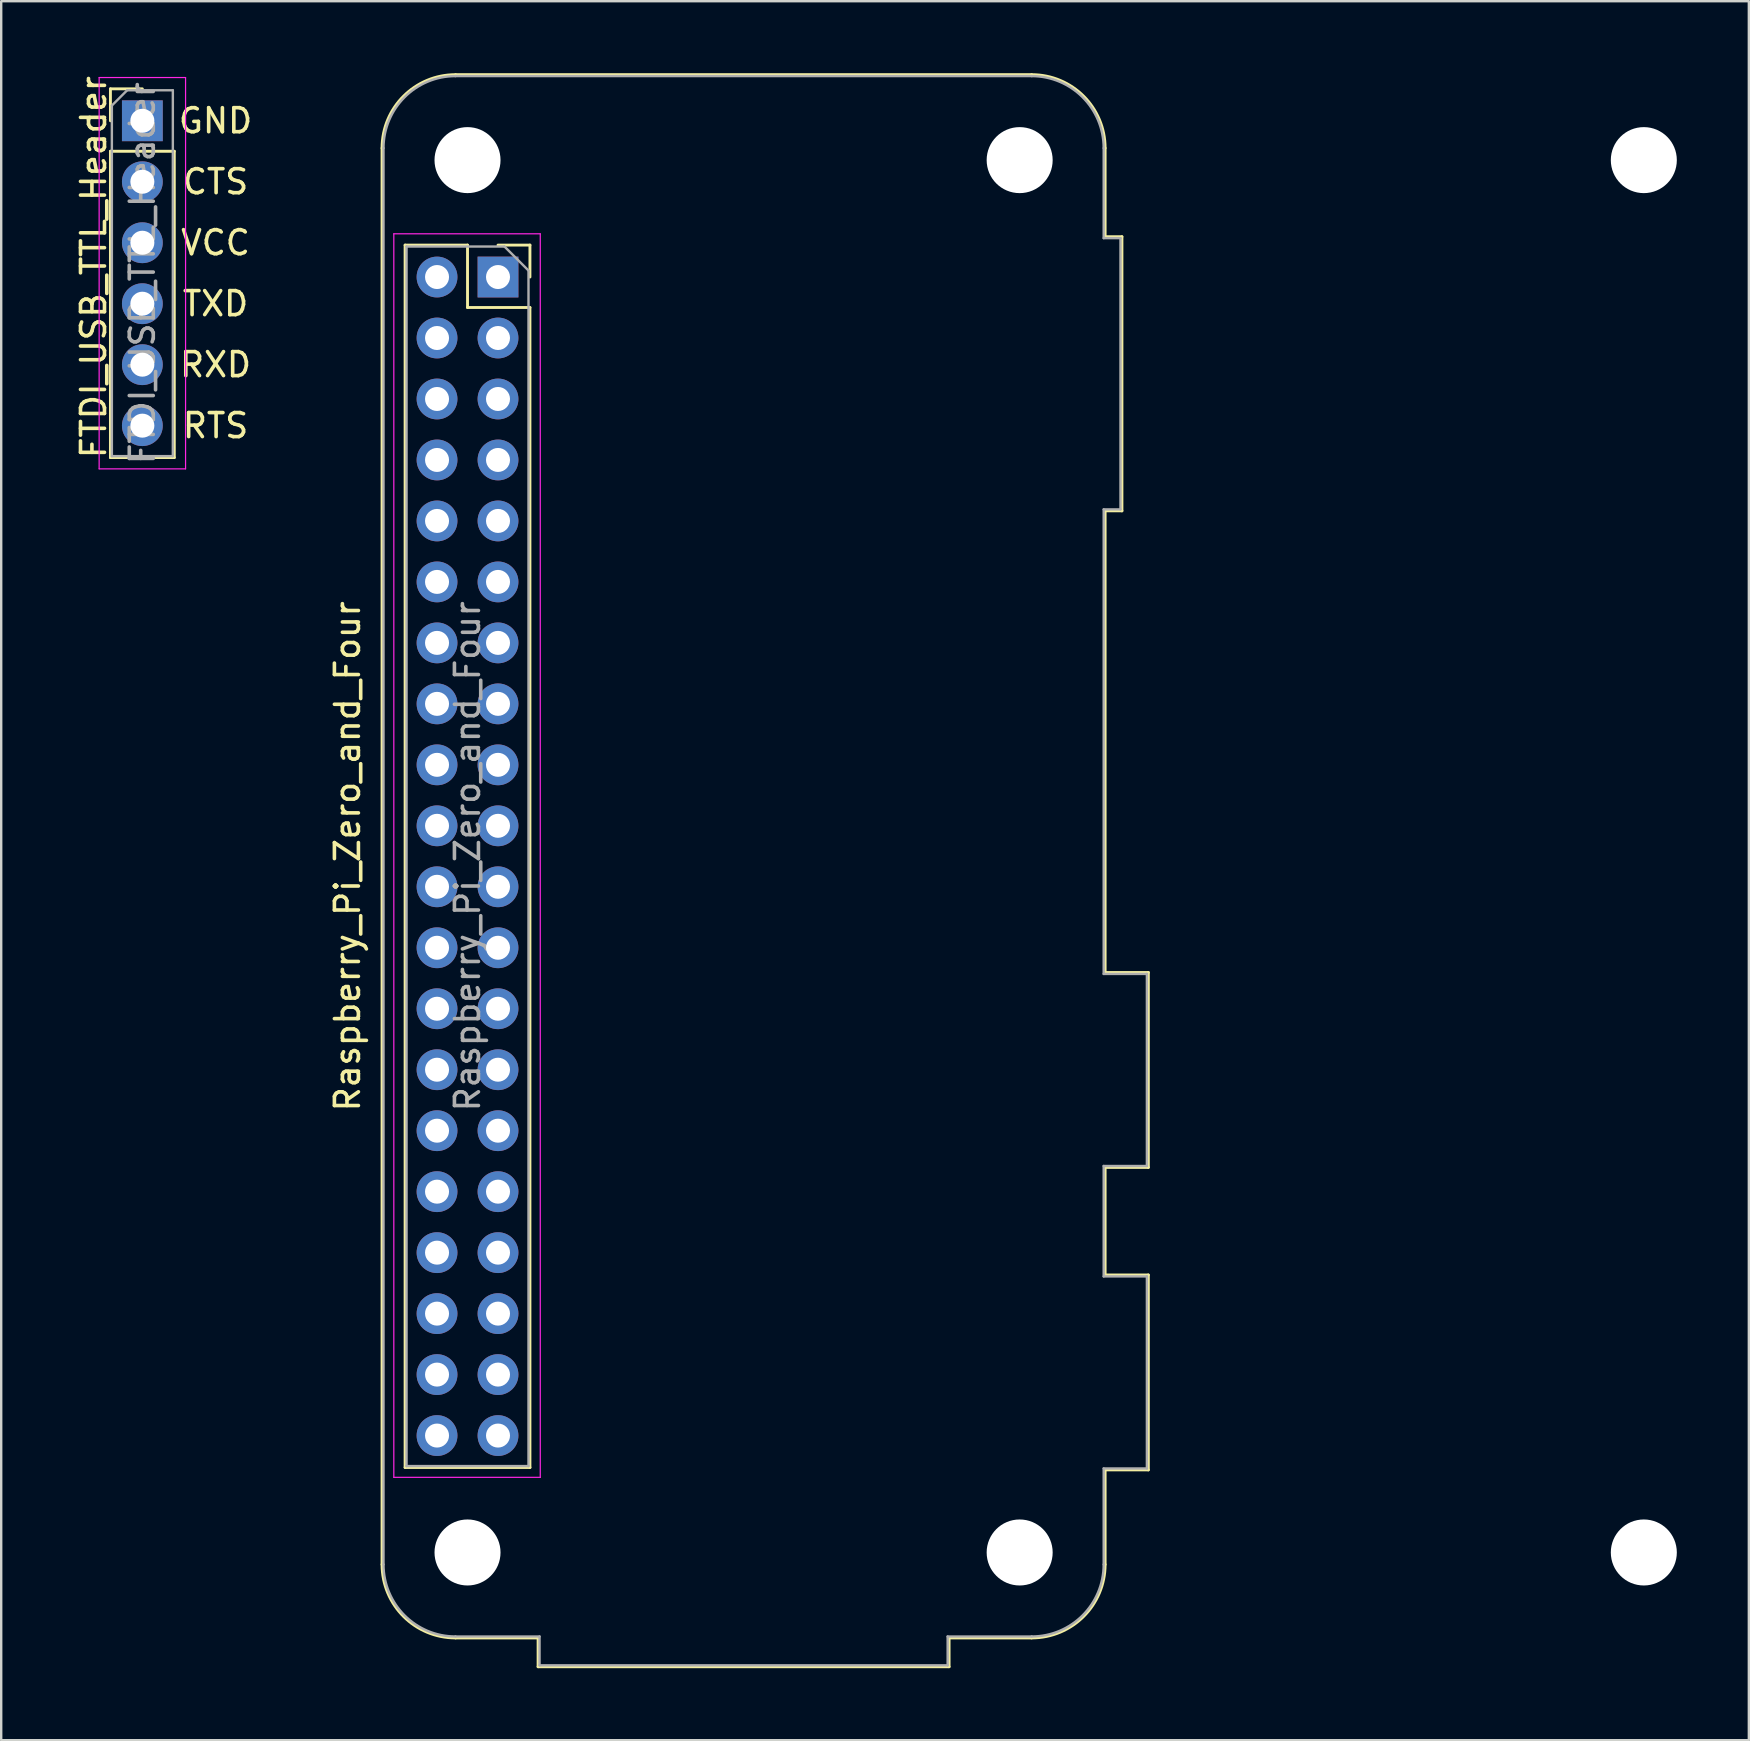
<source format=kicad_pcb>
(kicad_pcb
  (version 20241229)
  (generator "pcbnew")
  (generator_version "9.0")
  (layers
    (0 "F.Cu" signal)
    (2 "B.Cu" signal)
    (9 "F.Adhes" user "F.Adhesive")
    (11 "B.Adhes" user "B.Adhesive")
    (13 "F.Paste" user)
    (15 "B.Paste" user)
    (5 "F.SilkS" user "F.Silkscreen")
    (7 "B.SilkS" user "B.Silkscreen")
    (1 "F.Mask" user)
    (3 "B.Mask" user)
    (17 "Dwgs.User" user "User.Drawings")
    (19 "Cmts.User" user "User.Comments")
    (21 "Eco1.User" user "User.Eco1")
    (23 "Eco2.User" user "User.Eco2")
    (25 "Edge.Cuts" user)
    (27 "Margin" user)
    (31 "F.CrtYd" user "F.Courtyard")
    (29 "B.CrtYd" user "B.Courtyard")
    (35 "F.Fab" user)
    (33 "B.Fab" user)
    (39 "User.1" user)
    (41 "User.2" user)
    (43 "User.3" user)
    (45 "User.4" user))
  (footprint "FTDI_USB_TTL_Header"
    (layer "F.Cu")
    (at 2.88 1.981)
    (property "Reference" "FTDI_USB_TTL_Header" (at -2.032 6.096 90) (layer "F.SilkS") (effects (font (size 1 1) (thickness 0.15))))
    (attr through_hole)
    (fp_line (start -1.33 -1.33) (end 0 -1.33) (stroke (width 0.12) (type solid)) (layer "F.SilkS"))
    (fp_line (start -1.33 0) (end -1.33 -1.33) (stroke (width 0.12) (type solid)) (layer "F.SilkS"))
    (fp_line (start -1.33 1.27) (end -1.33 14.03) (stroke (width 0.12) (type solid)) (layer "F.SilkS"))
    (fp_line (start -1.33 1.27) (end 1.33 1.27) (stroke (width 0.12) (type solid)) (layer "F.SilkS"))
    (fp_line (start -1.33 14.03) (end 1.33 14.03) (stroke (width 0.12) (type solid)) (layer "F.SilkS"))
    (fp_line (start 1.33 1.27) (end 1.33 14.03) (stroke (width 0.12) (type solid)) (layer "F.SilkS"))
    (fp_line (start -1.8 -1.8) (end -1.8 14.5) (stroke (width 0.05) (type solid)) (layer "F.CrtYd"))
    (fp_line (start -1.8 14.5) (end 1.8 14.5) (stroke (width 0.05) (type solid)) (layer "F.CrtYd"))
    (fp_line (start 1.8 -1.8) (end -1.8 -1.8) (stroke (width 0.05) (type solid)) (layer "F.CrtYd"))
    (fp_line (start 1.8 14.5) (end 1.8 -1.8) (stroke (width 0.05) (type solid)) (layer "F.CrtYd"))
    (fp_line (start -1.27 -0.635) (end -0.635 -1.27) (stroke (width 0.1) (type solid)) (layer "F.Fab"))
    (fp_line (start -1.27 13.97) (end -1.27 -0.635) (stroke (width 0.1) (type solid)) (layer "F.Fab"))
    (fp_line (start -0.635 -1.27) (end 1.27 -1.27) (stroke (width 0.1) (type solid)) (layer "F.Fab"))
    (fp_line (start 1.27 -1.27) (end 1.27 13.97) (stroke (width 0.1) (type solid)) (layer "F.Fab"))
    (fp_line (start 1.27 13.97) (end -1.27 13.97) (stroke (width 0.1) (type solid)) (layer "F.Fab"))
    (fp_text user "RTS" (at 3.048 12.7 0) (unlocked yes) (layer "F.SilkS") (effects (font (size 1 1) (thickness 0.15))))
    (fp_text user "RXD" (at 3.048 10.16 0) (unlocked yes) (layer "F.SilkS") (effects (font (size 1 1) (thickness 0.15))))
    (fp_text user "GND" (at 3.048 0 0) (unlocked yes) (layer "F.SilkS") (effects (font (size 1 1) (thickness 0.15))))
    (fp_text user "TXD" (at 3.048 7.62 0) (unlocked yes) (layer "F.SilkS") (effects (font (size 1 1) (thickness 0.15))))
    (fp_text user "VCC" (at 3.048 5.08 0) (unlocked yes) (layer "F.SilkS") (effects (font (size 1 1) (thickness 0.15))))
    (fp_text user "CTS" (at 3.048 2.54 0) (unlocked yes) (layer "F.SilkS") (effects (font (size 1 1) (thickness 0.15))))
    (fp_text user "${REFERENCE}" (at 0 6.35 90) (layer "F.Fab") (effects (font (size 1 1) (thickness 0.15))))
    (pad "1" thru_hole rect (at 0 0) (size 1.7 1.7) (drill 1) (layers "*.Cu" "*.Mask"))
    (pad "2" thru_hole oval (at 0 2.54) (size 1.7 1.7) (drill 1) (layers "*.Cu" "*.Mask"))
    (pad "3" thru_hole oval (at 0 5.08) (size 1.7 1.7) (drill 1) (layers "*.Cu" "*.Mask"))
    (pad "4" thru_hole oval (at 0 7.62) (size 1.7 1.7) (drill 1) (layers "*.Cu" "*.Mask"))
    (pad "5" thru_hole oval (at 0 10.16) (size 1.7 1.7) (drill 1) (layers "*.Cu" "*.Mask"))
    (pad "6" thru_hole oval (at 0 12.7) (size 1.7 1.7) (drill 1) (layers "*.Cu" "*.Mask")))
  (footprint "Raspberry_Pi_Zero_and_Four"
    (layer "F.Cu")
    (at 17.695 8.49)
    (property "Reference" "Raspberry_Pi_Zero_and_Four" (at -6.27 24.13 90) (layer "F.SilkS") (effects (font (size 1 1) (thickness 0.15))))
    (attr through_hole)
    (fp_line (start -4.83 53.63) (end -4.83 -5.37) (stroke (width 0.12) (type solid)) (layer "F.SilkS"))
    (fp_line (start -3.87 -1.33) (end -3.87 49.59) (stroke (width 0.12) (type solid)) (layer "F.SilkS"))
    (fp_line (start -3.87 -1.33) (end -1.27 -1.33) (stroke (width 0.12) (type solid)) (layer "F.SilkS"))
    (fp_line (start -3.87 49.59) (end 1.33 49.59) (stroke (width 0.12) (type solid)) (layer "F.SilkS"))
    (fp_line (start -1.77 -8.43) (end 22.23 -8.43) (stroke (width 0.12) (type solid)) (layer "F.SilkS"))
    (fp_line (start -1.27 -1.33) (end -1.27 1.27) (stroke (width 0.12) (type solid)) (layer "F.SilkS"))
    (fp_line (start -1.27 1.27) (end 1.33 1.27) (stroke (width 0.12) (type solid)) (layer "F.SilkS"))
    (fp_line (start 0 -1.33) (end 1.33 -1.33) (stroke (width 0.12) (type solid)) (layer "F.SilkS"))
    (fp_line (start 1.33 -1.33) (end 1.33 0) (stroke (width 0.12) (type solid)) (layer "F.SilkS"))
    (fp_line (start 1.33 1.27) (end 1.33 49.59) (stroke (width 0.12) (type solid)) (layer "F.SilkS"))
    (fp_line (start 1.67 56.69) (end -1.77 56.69) (stroke (width 0.12) (type solid)) (layer "F.SilkS"))
    (fp_line (start 1.67 56.69) (end 1.67 57.89) (stroke (width 0.12) (type solid)) (layer "F.SilkS"))
    (fp_line (start 1.67 57.89) (end 18.79 57.89) (stroke (width 0.12) (type solid)) (layer "F.SilkS"))
    (fp_line (start 18.79 56.69) (end 22.23 56.69) (stroke (width 0.12) (type solid)) (layer "F.SilkS"))
    (fp_line (start 18.79 57.89) (end 18.79 56.69) (stroke (width 0.12) (type solid)) (layer "F.SilkS"))
    (fp_line (start 25.29 -1.68) (end 25.29 -5.37) (stroke (width 0.12) (type solid)) (layer "F.SilkS"))
    (fp_line (start 25.29 9.74) (end 25.99 9.74) (stroke (width 0.12) (type solid)) (layer "F.SilkS"))
    (fp_line (start 25.29 28.97) (end 25.29 9.74) (stroke (width 0.12) (type solid)) (layer "F.SilkS"))
    (fp_line (start 25.29 37.09) (end 27.09 37.09) (stroke (width 0.12) (type solid)) (layer "F.SilkS"))
    (fp_line (start 25.29 41.57) (end 25.29 37.09) (stroke (width 0.12) (type solid)) (layer "F.SilkS"))
    (fp_line (start 25.29 49.69) (end 27.09 49.69) (stroke (width 0.12) (type solid)) (layer "F.SilkS"))
    (fp_line (start 25.29 53.63) (end 25.29 49.69) (stroke (width 0.12) (type solid)) (layer "F.SilkS"))
    (fp_line (start 25.99 -1.68) (end 25.29 -1.68) (stroke (width 0.12) (type solid)) (layer "F.SilkS"))
    (fp_line (start 25.99 9.74) (end 25.99 -1.68) (stroke (width 0.12) (type solid)) (layer "F.SilkS"))
    (fp_line (start 27.09 28.97) (end 25.29 28.97) (stroke (width 0.12) (type solid)) (layer "F.SilkS"))
    (fp_line (start 27.09 37.09) (end 27.09 28.97) (stroke (width 0.12) (type solid)) (layer "F.SilkS"))
    (fp_line (start 27.09 41.57) (end 25.29 41.57) (stroke (width 0.12) (type solid)) (layer "F.SilkS"))
    (fp_line (start 27.09 49.69) (end 27.09 41.57) (stroke (width 0.12) (type solid)) (layer "F.SilkS"))
    (fp_arc (start -4.83 -5.37) (mid -3.933747 -7.533747) (end -1.77 -8.43) (stroke (width 0.12) (type solid)) (layer "F.SilkS"))
    (fp_arc (start -1.77 56.69) (mid -3.933747 55.793747) (end -4.83 53.63) (stroke (width 0.12) (type solid)) (layer "F.SilkS"))
    (fp_arc (start 22.23 -8.43) (mid 24.393747 -7.533747) (end 25.29 -5.37) (stroke (width 0.12) (type solid)) (layer "F.SilkS"))
    (fp_arc (start 25.29 53.63) (mid 24.393747 55.793747) (end 22.23 56.69) (stroke (width 0.12) (type solid)) (layer "F.SilkS"))
    (fp_line (start -4.34 -1.8) (end 1.76 -1.8) (stroke (width 0.05) (type solid)) (layer "F.CrtYd"))
    (fp_line (start -4.34 50) (end -4.34 -1.8) (stroke (width 0.05) (type solid)) (layer "F.CrtYd"))
    (fp_line (start 1.76 -1.8) (end 1.76 50) (stroke (width 0.05) (type solid)) (layer "F.CrtYd"))
    (fp_line (start 1.76 50) (end -4.34 50) (stroke (width 0.05) (type solid)) (layer "F.CrtYd"))
    (fp_line (start -4.77 53.63) (end -4.77 -5.37) (stroke (width 0.1) (type solid)) (layer "F.Fab"))
    (fp_line (start -3.81 -1.27) (end 0.27 -1.27) (stroke (width 0.1) (type solid)) (layer "F.Fab"))
    (fp_line (start -3.81 49.53) (end -3.81 -1.27) (stroke (width 0.1) (type solid)) (layer "F.Fab"))
    (fp_line (start -1.77 -8.37) (end 22.23 -8.37) (stroke (width 0.1) (type solid)) (layer "F.Fab"))
    (fp_line (start -1.77 56.63) (end 1.73 56.63) (stroke (width 0.1) (type solid)) (layer "F.Fab"))
    (fp_line (start 0.27 -1.27) (end 1.27 -0.27) (stroke (width 0.1) (type solid)) (layer "F.Fab"))
    (fp_line (start 1.27 -0.27) (end 1.27 49.53) (stroke (width 0.1) (type solid)) (layer "F.Fab"))
    (fp_line (start 1.27 49.53) (end -3.81 49.53) (stroke (width 0.1) (type solid)) (layer "F.Fab"))
    (fp_line (start 1.73 56.63) (end 1.73 57.83) (stroke (width 0.1) (type solid)) (layer "F.Fab"))
    (fp_line (start 1.73 57.83) (end 18.73 57.83) (stroke (width 0.1) (type solid)) (layer "F.Fab"))
    (fp_line (start 18.73 56.63) (end 18.73 57.83) (stroke (width 0.1) (type solid)) (layer "F.Fab"))
    (fp_line (start 22.23 56.63) (end 18.73 56.63) (stroke (width 0.1) (type solid)) (layer "F.Fab"))
    (fp_line (start 25.23 -1.62) (end 25.23 -5.37) (stroke (width 0.1) (type solid)) (layer "F.Fab"))
    (fp_line (start 25.23 -1.62) (end 25.93 -1.62) (stroke (width 0.1) (type solid)) (layer "F.Fab"))
    (fp_line (start 25.23 9.68) (end 25.93 9.68) (stroke (width 0.1) (type solid)) (layer "F.Fab"))
    (fp_line (start 25.23 29.03) (end 25.23 9.68) (stroke (width 0.1) (type solid)) (layer "F.Fab"))
    (fp_line (start 25.23 37.03) (end 27.03 37.03) (stroke (width 0.1) (type solid)) (layer "F.Fab"))
    (fp_line (start 25.23 41.63) (end 25.23 37.03) (stroke (width 0.1) (type solid)) (layer "F.Fab"))
    (fp_line (start 25.23 49.63) (end 25.23 53.63) (stroke (width 0.1) (type solid)) (layer "F.Fab"))
    (fp_line (start 25.23 49.63) (end 27.03 49.63) (stroke (width 0.1) (type solid)) (layer "F.Fab"))
    (fp_line (start 25.93 9.68) (end 25.93 -1.62) (stroke (width 0.1) (type solid)) (layer "F.Fab"))
    (fp_line (start 27.03 29.03) (end 25.23 29.03) (stroke (width 0.1) (type solid)) (layer "F.Fab"))
    (fp_line (start 27.03 37.03) (end 27.03 29.03) (stroke (width 0.1) (type solid)) (layer "F.Fab"))
    (fp_line (start 27.03 41.63) (end 25.23 41.63) (stroke (width 0.1) (type solid)) (layer "F.Fab"))
    (fp_line (start 27.03 49.63) (end 27.03 41.63) (stroke (width 0.1) (type solid)) (layer "F.Fab"))
    (fp_arc (start -4.77 -5.37) (mid -3.89132 -7.49132) (end -1.77 -8.37) (stroke (width 0.1) (type solid)) (layer "F.Fab"))
    (fp_arc (start -1.77 56.63) (mid -3.89132 55.75132) (end -4.77 53.63) (stroke (width 0.1) (type solid)) (layer "F.Fab"))
    (fp_arc (start 22.23 -8.37) (mid 24.35132 -7.49132) (end 25.23 -5.37) (stroke (width 0.1) (type solid)) (layer "F.Fab"))
    (fp_arc (start 25.23 53.63) (mid 24.35132 55.75132) (end 22.23 56.63) (stroke (width 0.1) (type solid)) (layer "F.Fab"))
    (fp_text user "${REFERENCE}" (at -1.27 24.13 90) (layer "F.Fab") (effects (font (size 1 1) (thickness 0.15))))
    (pad "" np_thru_hole circle (at -1.27 -4.87 90) (size 2.75 2.75) (drill 2.75) (layers "*.Cu"))
    (pad "" np_thru_hole circle (at -1.27 53.13 90) (size 2.75 2.75) (drill 2.75) (layers "*.Cu"))
    (pad "" np_thru_hole circle (at 21.73 -4.87 90) (size 2.75 2.75) (drill 2.75) (layers "*.Cu"))
    (pad "" np_thru_hole circle (at 21.73 53.13 90) (size 2.75 2.75) (drill 2.75) (layers "*.Cu"))
    (pad "" np_thru_hole circle (at 47.73 -4.87 90) (size 2.75 2.75) (drill 2.75) (layers "*.Cu"))
    (pad "" np_thru_hole circle (at 47.73 53.13 90) (size 2.75 2.75) (drill 2.75) (layers "*.Cu"))
    (pad "1" thru_hole rect (at 0 0) (size 1.7 1.7) (drill 1) (layers "*.Cu" "*.Mask"))
    (pad "2" thru_hole oval (at -2.54 0) (size 1.7 1.7) (drill 1) (layers "*.Cu" "*.Mask"))
    (pad "3" thru_hole oval (at 0 2.54) (size 1.7 1.7) (drill 1) (layers "*.Cu" "*.Mask"))
    (pad "4" thru_hole oval (at -2.54 2.54) (size 1.7 1.7) (drill 1) (layers "*.Cu" "*.Mask"))
    (pad "5" thru_hole oval (at 0 5.08) (size 1.7 1.7) (drill 1) (layers "*.Cu" "*.Mask"))
    (pad "6" thru_hole oval (at -2.54 5.08) (size 1.7 1.7) (drill 1) (layers "*.Cu" "*.Mask"))
    (pad "7" thru_hole oval (at 0 7.62) (size 1.7 1.7) (drill 1) (layers "*.Cu" "*.Mask"))
    (pad "8" thru_hole oval (at -2.54 7.62) (size 1.7 1.7) (drill 1) (layers "*.Cu" "*.Mask"))
    (pad "9" thru_hole oval (at 0 10.16) (size 1.7 1.7) (drill 1) (layers "*.Cu" "*.Mask"))
    (pad "10" thru_hole oval (at -2.54 10.16) (size 1.7 1.7) (drill 1) (layers "*.Cu" "*.Mask"))
    (pad "11" thru_hole oval (at 0 12.7) (size 1.7 1.7) (drill 1) (layers "*.Cu" "*.Mask"))
    (pad "12" thru_hole oval (at -2.54 12.7) (size 1.7 1.7) (drill 1) (layers "*.Cu" "*.Mask"))
    (pad "13" thru_hole oval (at 0 15.24) (size 1.7 1.7) (drill 1) (layers "*.Cu" "*.Mask"))
    (pad "14" thru_hole oval (at -2.54 15.24) (size 1.7 1.7) (drill 1) (layers "*.Cu" "*.Mask"))
    (pad "15" thru_hole oval (at 0 17.78) (size 1.7 1.7) (drill 1) (layers "*.Cu" "*.Mask"))
    (pad "16" thru_hole oval (at -2.54 17.78) (size 1.7 1.7) (drill 1) (layers "*.Cu" "*.Mask"))
    (pad "17" thru_hole oval (at 0 20.32) (size 1.7 1.7) (drill 1) (layers "*.Cu" "*.Mask"))
    (pad "18" thru_hole oval (at -2.54 20.32) (size 1.7 1.7) (drill 1) (layers "*.Cu" "*.Mask"))
    (pad "19" thru_hole oval (at 0 22.86) (size 1.7 1.7) (drill 1) (layers "*.Cu" "*.Mask"))
    (pad "20" thru_hole oval (at -2.54 22.86) (size 1.7 1.7) (drill 1) (layers "*.Cu" "*.Mask"))
    (pad "21" thru_hole oval (at 0 25.4) (size 1.7 1.7) (drill 1) (layers "*.Cu" "*.Mask"))
    (pad "22" thru_hole oval (at -2.54 25.4) (size 1.7 1.7) (drill 1) (layers "*.Cu" "*.Mask"))
    (pad "23" thru_hole oval (at 0 27.94) (size 1.7 1.7) (drill 1) (layers "*.Cu" "*.Mask"))
    (pad "24" thru_hole oval (at -2.54 27.94) (size 1.7 1.7) (drill 1) (layers "*.Cu" "*.Mask"))
    (pad "25" thru_hole oval (at 0 30.48) (size 1.7 1.7) (drill 1) (layers "*.Cu" "*.Mask"))
    (pad "26" thru_hole oval (at -2.54 30.48) (size 1.7 1.7) (drill 1) (layers "*.Cu" "*.Mask"))
    (pad "27" thru_hole oval (at 0 33.02) (size 1.7 1.7) (drill 1) (layers "*.Cu" "*.Mask"))
    (pad "28" thru_hole oval (at -2.54 33.02) (size 1.7 1.7) (drill 1) (layers "*.Cu" "*.Mask"))
    (pad "29" thru_hole oval (at 0 35.56) (size 1.7 1.7) (drill 1) (layers "*.Cu" "*.Mask"))
    (pad "30" thru_hole oval (at -2.54 35.56) (size 1.7 1.7) (drill 1) (layers "*.Cu" "*.Mask"))
    (pad "31" thru_hole oval (at 0 38.1) (size 1.7 1.7) (drill 1) (layers "*.Cu" "*.Mask"))
    (pad "32" thru_hole oval (at -2.54 38.1) (size 1.7 1.7) (drill 1) (layers "*.Cu" "*.Mask"))
    (pad "33" thru_hole oval (at 0 40.64) (size 1.7 1.7) (drill 1) (layers "*.Cu" "*.Mask"))
    (pad "34" thru_hole oval (at -2.54 40.64) (size 1.7 1.7) (drill 1) (layers "*.Cu" "*.Mask"))
    (pad "35" thru_hole oval (at 0 43.18) (size 1.7 1.7) (drill 1) (layers "*.Cu" "*.Mask"))
    (pad "36" thru_hole oval (at -2.54 43.18) (size 1.7 1.7) (drill 1) (layers "*.Cu" "*.Mask"))
    (pad "37" thru_hole oval (at 0 45.72) (size 1.7 1.7) (drill 1) (layers "*.Cu" "*.Mask"))
    (pad "38" thru_hole oval (at -2.54 45.72) (size 1.7 1.7) (drill 1) (layers "*.Cu" "*.Mask"))
    (pad "39" thru_hole oval (at 0 48.26) (size 1.7 1.7) (drill 1) (layers "*.Cu" "*.Mask"))
    (pad "40" thru_hole oval (at -2.54 48.26) (size 1.7 1.7) (drill 1) (layers "*.Cu" "*.Mask")))
  (gr_rect
    (start -3 -3)
    (end 69.8 69.44)
    (stroke (width 0.1) (type default))
    (fill no)
    (layer "Edge.Cuts")))
</source>
